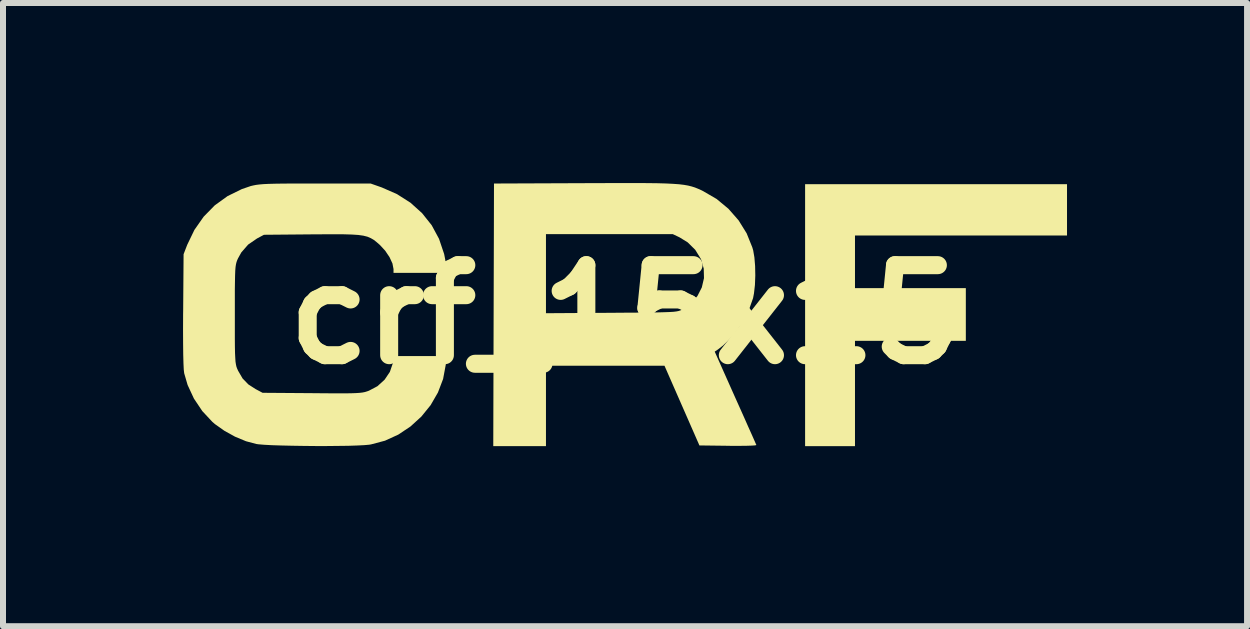
<source format=kicad_pcb>
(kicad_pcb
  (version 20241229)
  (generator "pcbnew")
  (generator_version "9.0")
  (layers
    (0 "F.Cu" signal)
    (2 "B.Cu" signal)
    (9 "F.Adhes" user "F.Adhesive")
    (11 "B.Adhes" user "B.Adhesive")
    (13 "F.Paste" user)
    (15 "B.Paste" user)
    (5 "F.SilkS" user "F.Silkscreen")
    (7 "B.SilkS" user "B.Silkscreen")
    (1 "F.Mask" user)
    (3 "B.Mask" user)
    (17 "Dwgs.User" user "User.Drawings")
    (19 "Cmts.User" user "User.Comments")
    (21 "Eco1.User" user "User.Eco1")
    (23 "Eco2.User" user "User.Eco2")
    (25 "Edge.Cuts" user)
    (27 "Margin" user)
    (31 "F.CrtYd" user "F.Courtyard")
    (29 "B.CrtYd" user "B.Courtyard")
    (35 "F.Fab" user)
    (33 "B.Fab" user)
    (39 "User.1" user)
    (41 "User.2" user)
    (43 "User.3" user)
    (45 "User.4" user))
  (footprint "crf_15x15"
    (layer "F.Cu")
    (at 7.363 2.19)
    (property "Reference" "crf_15x15" (at 0 0 0) (layer "F.SilkS") (effects (font (size 1.5 1.5) (thickness 0.3))))
    (attr board_only exclude_from_pos_files exclude_from_bom)
    (fp_poly (pts (xy 7.366 -1.743) (xy 7.366 -1.316) (xy 5.6 -1.316) (xy 3.833 -1.316) (xy 3.833 -0.877) (xy 3.833 -0.439) (xy 4.757 -0.439) (xy 5.68 -0.439) (xy 5.68 0) (xy 5.68 0.439) (xy 4.757 0.439) (xy 3.833 0.439) (xy 3.833 1.316) (xy 3.833 2.194) (xy 3.417 2.194) (xy 3.002 2.194) (xy 3.002 0.012) (xy 3.002 -2.171) (xy 5.184 -2.171) (xy 7.366 -2.171)) (stroke (width 0) (type solid)) (fill yes) (layer "F.SilkS"))
    (fp_poly (pts (xy 0.161 -2.19) (xy 0.365 -2.189) (xy 0.537 -2.187) (xy 0.681 -2.183) (xy 0.801 -2.177) (xy 0.9 -2.17) (xy 0.983 -2.16) (xy 1.052 -2.148) (xy 1.112 -2.133) (xy 1.166 -2.116) (xy 1.218 -2.095) (xy 1.272 -2.071) (xy 1.302 -2.056) (xy 1.527 -1.925) (xy 1.725 -1.761) (xy 1.894 -1.568) (xy 2.028 -1.352) (xy 2.122 -1.119) (xy 2.137 -1.068) (xy 2.157 -0.952) (xy 2.169 -0.807) (xy 2.172 -0.648) (xy 2.166 -0.491) (xy 2.15 -0.351) (xy 2.135 -0.273) (xy 2.057 -0.052) (xy 1.943 0.16) (xy 1.801 0.353) (xy 1.636 0.516) (xy 1.551 0.582) (xy 1.496 0.619) (xy 1.839 1.388) (xy 1.918 1.564) (xy 1.991 1.727) (xy 2.055 1.872) (xy 2.11 1.994) (xy 2.152 2.089) (xy 2.179 2.151) (xy 2.19 2.175) (xy 2.17 2.181) (xy 2.111 2.185) (xy 2.019 2.188) (xy 1.901 2.189) (xy 1.763 2.189) (xy 1.719 2.188) (xy 1.241 2.182) (xy 0.95 1.518) (xy 0.659 0.854) (xy -0.329 0.854) (xy -1.316 0.854) (xy -1.316 1.524) (xy -1.316 2.194) (xy -1.755 2.194) (xy -2.194 2.194) (xy -2.188 0.006) (xy -2.184 -1.339) (xy -1.316 -1.339) (xy -1.316 -0.68) (xy -1.316 -0.021) (xy -0.225 -0.028) (xy 0.028 -0.03) (xy 0.238 -0.031) (xy 0.411 -0.033) (xy 0.551 -0.035) (xy 0.661 -0.038) (xy 0.746 -0.041) (xy 0.811 -0.045) (xy 0.859 -0.051) (xy 0.894 -0.058) (xy 0.921 -0.067) (xy 0.945 -0.077) (xy 0.961 -0.086) (xy 1.1 -0.184) (xy 1.208 -0.308) (xy 1.281 -0.451) (xy 1.317 -0.605) (xy 1.313 -0.764) (xy 1.268 -0.92) (xy 1.263 -0.929) (xy 1.171 -1.078) (xy 1.045 -1.202) (xy 0.912 -1.284) (xy 0.797 -1.339) (xy -0.26 -1.339) (xy -1.316 -1.339) (xy -2.184 -1.339) (xy -2.182 -2.182) (xy -0.675 -2.188) (xy -0.355 -2.189) (xy -0.077 -2.19)) (stroke (width 0) (type solid)) (fill yes) (layer "F.SilkS"))
    (fp_poly (pts (xy -4.052 -2.117) (xy -3.799 -2.006) (xy -3.573 -1.862) (xy -3.38 -1.688) (xy -3.22 -1.487) (xy -3.098 -1.261) (xy -3.015 -1.015) (xy -3.012 -1.005) (xy -2.994 -0.913) (xy -2.982 -0.825) (xy -2.979 -0.779) (xy -2.979 -0.693) (xy -3.417 -0.693) (xy -3.856 -0.693) (xy -3.856 -0.756) (xy -3.874 -0.85) (xy -3.923 -0.956) (xy -3.996 -1.064) (xy -4.084 -1.159) (xy -4.084 -1.159) (xy -4.137 -1.205) (xy -4.185 -1.243) (xy -4.235 -1.272) (xy -4.291 -1.296) (xy -4.358 -1.313) (xy -4.443 -1.325) (xy -4.549 -1.332) (xy -4.682 -1.336) (xy -4.847 -1.337) (xy -5.05 -1.336) (xy -5.223 -1.335) (xy -6.015 -1.328) (xy -6.131 -1.266) (xy -6.279 -1.164) (xy -6.392 -1.034) (xy -6.447 -0.935) (xy -6.461 -0.904) (xy -6.472 -0.873) (xy -6.481 -0.837) (xy -6.488 -0.792) (xy -6.493 -0.732) (xy -6.496 -0.653) (xy -6.498 -0.548) (xy -6.5 -0.414) (xy -6.5 -0.244) (xy -6.5 -0.033) (xy -6.5 0) (xy -6.5 0.216) (xy -6.5 0.392) (xy -6.499 0.531) (xy -6.497 0.64) (xy -6.493 0.722) (xy -6.489 0.785) (xy -6.482 0.831) (xy -6.474 0.868) (xy -6.463 0.899) (xy -6.449 0.93) (xy -6.447 0.935) (xy -6.371 1.066) (xy -6.274 1.166) (xy -6.154 1.243) (xy -6.038 1.305) (xy -5.217 1.311) (xy -4.999 1.313) (xy -4.822 1.314) (xy -4.682 1.314) (xy -4.571 1.313) (xy -4.487 1.31) (xy -4.422 1.306) (xy -4.372 1.3) (xy -4.332 1.292) (xy -4.296 1.281) (xy -4.266 1.27) (xy -4.124 1.195) (xy -4.005 1.087) (xy -3.917 0.957) (xy -3.867 0.811) (xy -3.862 0.782) (xy -3.85 0.693) (xy -3.411 0.693) (xy -2.972 0.693) (xy -2.986 0.84) (xy -3.03 1.075) (xy -3.116 1.3) (xy -3.238 1.511) (xy -3.392 1.701) (xy -3.573 1.866) (xy -3.777 2.002) (xy -3.998 2.103) (xy -4.232 2.165) (xy -4.263 2.17) (xy -4.342 2.177) (xy -4.459 2.183) (xy -4.607 2.188) (xy -4.777 2.19) (xy -4.964 2.192) (xy -5.159 2.192) (xy -5.356 2.19) (xy -5.546 2.187) (xy -5.724 2.183) (xy -5.881 2.178) (xy -6.011 2.171) (xy -6.106 2.163) (xy -6.142 2.158) (xy -6.314 2.112) (xy -6.497 2.036) (xy -6.674 1.938) (xy -6.831 1.827) (xy -6.874 1.79) (xy -7.042 1.61) (xy -7.182 1.401) (xy -7.287 1.175) (xy -7.344 0.979) (xy -7.351 0.919) (xy -7.356 0.816) (xy -7.36 0.669) (xy -7.362 0.482) (xy -7.363 0.255) (xy -7.362 -0.008) (xy -7.361 -0.072) (xy -7.354 -1.004) (xy -7.294 -1.16) (xy -7.174 -1.409) (xy -7.02 -1.629) (xy -6.835 -1.818) (xy -6.622 -1.972) (xy -6.384 -2.089) (xy -6.235 -2.14) (xy -6.193 -2.15) (xy -6.147 -2.159) (xy -6.093 -2.166) (xy -6.025 -2.172) (xy -5.94 -2.176) (xy -5.83 -2.179) (xy -5.693 -2.181) (xy -5.522 -2.182) (xy -5.313 -2.182) (xy -5.161 -2.182) (xy -4.237 -2.182)) (stroke (width 0) (type solid)) (fill yes) (layer "F.SilkS")))
  (gr_rect
    (start -3 -3)
    (end 17.729 7.384)
    (stroke (width 0.1) (type default))
    (fill no)
    (layer "Edge.Cuts")))
</source>
